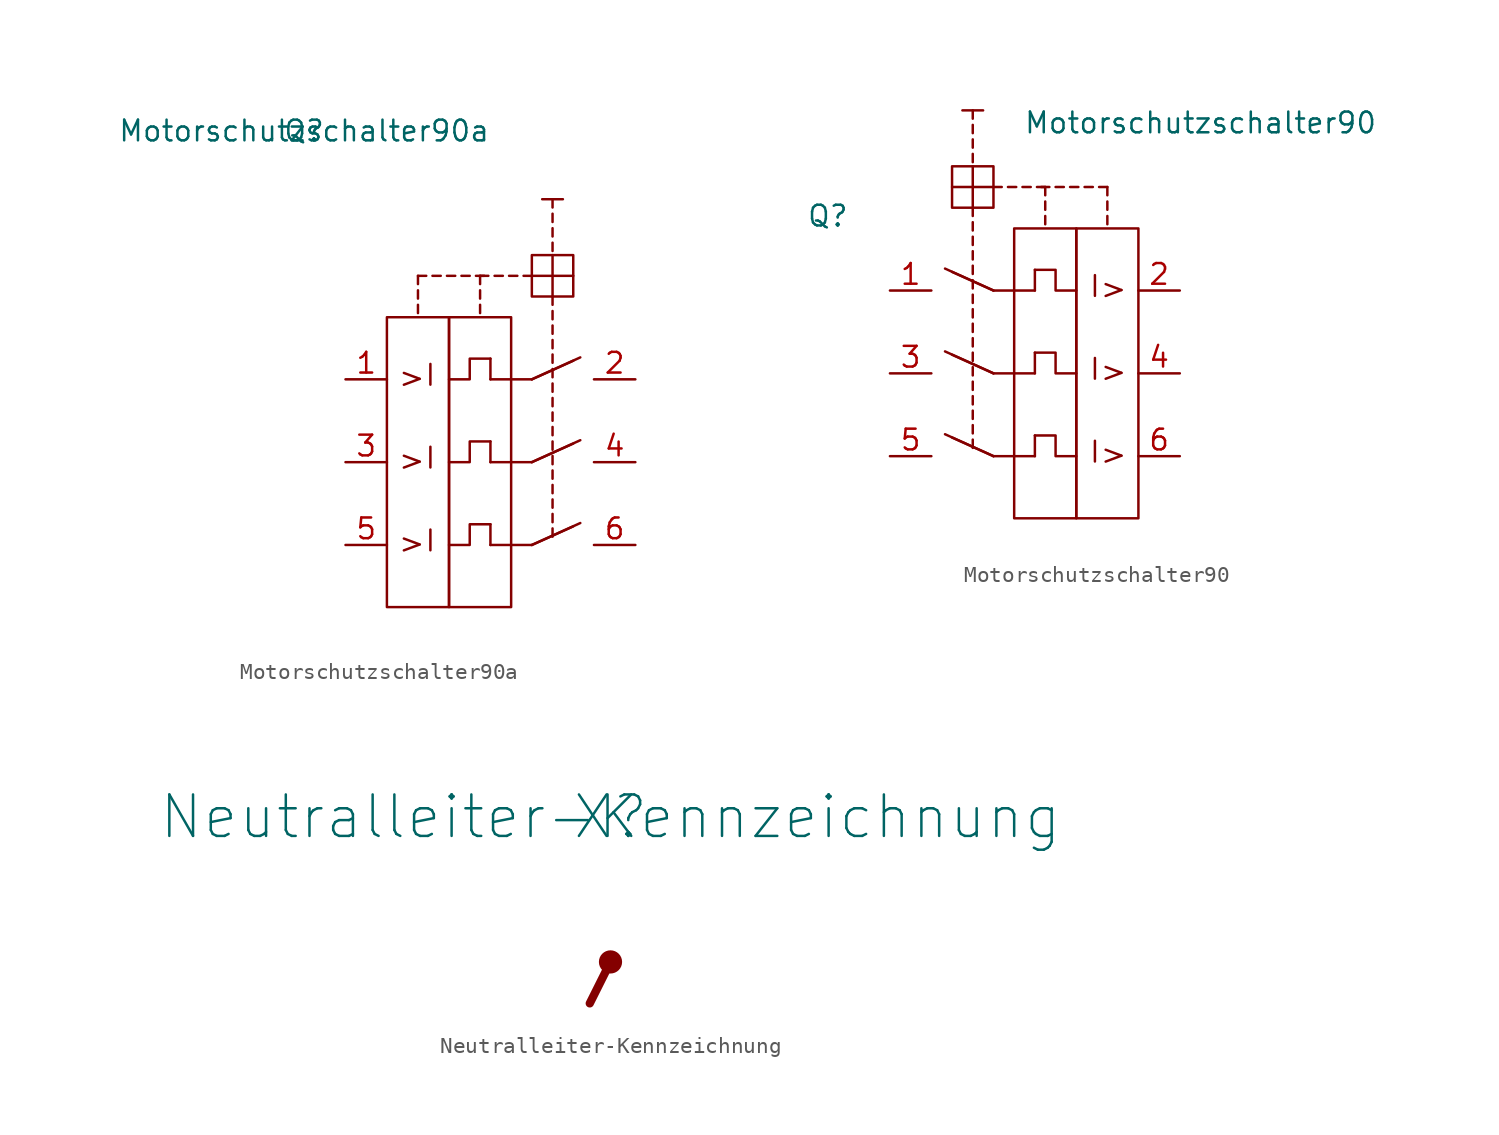
<source format=kicad_sym>
(kicad_symbol_lib
  (version 20231120)
  (generator "kicad_symbol_editor")
  (generator_version "8.0")
  (symbol "Motorschutzschalter90a"
    (pin_names
      (offset 1.016))
    (property "Reference" "Q"
      (at 5.08 15.24 0)
      (effects (font (size 1.27 1.27))))
    (property "Value" "Motorschutzschalter90a"
      (at 5.08 15.24 0)
      (effects (font (size 1.27 1.27))))
    (symbol "Motorschutzschalter90a_1_0"
      (polyline (pts (xy 20.32 7.62) (xy 20.32 5.08)) (stroke (width 0) (type solid)) (fill (type none)))
      (polyline (pts (xy 20.955 11.049) (xy 19.685 11.049)) (stroke (width 0) (type solid)) (fill (type none)))
      (polyline (pts (xy 21.59 6.35) (xy 19.05 6.35) (xy 20.32 6.35)) (stroke (width 0) (type solid)) (fill (type none)))
      (rectangle (start 13.97 3.81) (end 10.16 -13.97) (stroke (width 0) (type solid)) (fill (type none)))
      (rectangle (start 17.78 3.81) (end 13.97 -13.97) (stroke (width 0) (type solid)) (fill (type none)))
      (text ">" (at 11.684 -10.033 0) (effects (font (size 1.27 1.27))))
      (text ">" (at 11.684 -4.953 0) (effects (font (size 1.27 1.27))))
      (text ">" (at 11.684 0.127 0) (effects (font (size 1.27 1.27))))
      (text "I" (at 12.827 -9.906 0) (effects (font (size 1.27 1.27))))
      (text "I" (at 12.827 -4.826 0) (effects (font (size 1.27 1.27))))
      (text "I" (at 12.827 0.254 0) (effects (font (size 1.27 1.27)))))
    (symbol "Motorschutzschalter90a_1_1"
      (polyline (pts (xy 16.51 -10.16) (xy 16.51 -8.89)) (stroke (width 0) (type solid)) (fill (type none)))
      (polyline (pts (xy 16.51 -5.08) (xy 16.51 -3.81)) (stroke (width 0) (type solid)) (fill (type none)))
      (polyline (pts (xy 16.51 0) (xy 16.51 1.27)) (stroke (width 0) (type solid)) (fill (type none)))
      (polyline (pts (xy 19.05 -10.16) (xy 16.51 -10.16)) (stroke (width 0) (type solid)) (fill (type none)))
      (polyline (pts (xy 19.05 -10.16) (xy 21.59 -9.017)) (stroke (width 0) (type solid)) (fill (type none)))
      (polyline (pts (xy 19.05 -10.16) (xy 22.022 -8.814)) (stroke (width 0) (type solid)) (fill (type none)))
      (polyline (pts (xy 19.05 -5.08) (xy 16.51 -5.08)) (stroke (width 0) (type solid)) (fill (type none)))
      (polyline (pts (xy 19.05 -5.08) (xy 21.59 -3.937)) (stroke (width 0) (type solid)) (fill (type none)))
      (polyline (pts (xy 19.05 -5.08) (xy 22.022 -3.734)) (stroke (width 0) (type solid)) (fill (type none)))
      (polyline (pts (xy 19.05 0) (xy 16.51 0)) (stroke (width 0) (type solid)) (fill (type none)))
      (polyline (pts (xy 19.05 0) (xy 21.59 1.143)) (stroke (width 0) (type solid)) (fill (type none)))
      (polyline (pts (xy 19.05 0) (xy 22.022 1.346)) (stroke (width 0) (type solid)) (fill (type none)))
      (polyline (pts (xy 16.51 -8.89) (xy 15.24 -8.89) (xy 15.24 -10.16) (xy 13.97 -10.16)) (stroke (width 0) (type solid)) (fill (type none)))
      (polyline (pts (xy 16.51 -3.81) (xy 15.24 -3.81) (xy 15.24 -5.08) (xy 13.97 -5.08)) (stroke (width 0) (type solid)) (fill (type none)))
      (polyline (pts (xy 16.51 1.27) (xy 15.24 1.27) (xy 15.24 0) (xy 13.97 0)) (stroke (width 0) (type solid)) (fill (type none)))
      (rectangle (start 12.065 4.064) (end 12.065 4.572) (stroke (width 0) (type solid)) (fill (type none)))
      (rectangle (start 12.065 4.953) (end 12.065 5.461) (stroke (width 0) (type solid)) (fill (type none)))
      (rectangle (start 12.065 5.842) (end 12.065 6.35) (stroke (width 0) (type solid)) (fill (type none)))
      (rectangle (start 12.573 6.35) (end 12.065 6.35) (stroke (width 0) (type solid)) (fill (type none)))
      (rectangle (start 13.462 6.35) (end 12.954 6.35) (stroke (width 0) (type solid)) (fill (type none)))
      (rectangle (start 14.351 6.35) (end 13.843 6.35) (stroke (width 0) (type solid)) (fill (type none)))
      (rectangle (start 15.24 6.35) (end 14.732 6.35) (stroke (width 0) (type solid)) (fill (type none)))
      (rectangle (start 15.875 4.064) (end 15.875 4.572) (stroke (width 0) (type solid)) (fill (type none)))
      (rectangle (start 15.875 4.953) (end 15.875 5.461) (stroke (width 0) (type solid)) (fill (type none)))
      (rectangle (start 15.875 5.842) (end 15.875 6.35) (stroke (width 0) (type solid)) (fill (type none)))
      (rectangle (start 16.129 6.35) (end 15.621 6.35) (stroke (width 0) (type solid)) (fill (type none)))
      (rectangle (start 16.383 6.35) (end 15.875 6.35) (stroke (width 0) (type solid)) (fill (type none)))
      (rectangle (start 17.272 6.35) (end 16.764 6.35) (stroke (width 0) (type solid)) (fill (type none)))
      (rectangle (start 18.161 6.35) (end 17.653 6.35) (stroke (width 0) (type solid)) (fill (type none)))
      (rectangle (start 19.05 6.35) (end 18.542 6.35) (stroke (width 0) (type solid)) (fill (type none)))
      (rectangle (start 20.32 -9.652) (end 20.32 -9.144) (stroke (width 0) (type solid)) (fill (type none)))
      (rectangle (start 20.32 -8.763) (end 20.32 -8.255) (stroke (width 0) (type solid)) (fill (type none)))
      (rectangle (start 20.32 -7.874) (end 20.32 -7.366) (stroke (width 0) (type solid)) (fill (type none)))
      (rectangle (start 20.32 -6.985) (end 20.32 -6.477) (stroke (width 0) (type solid)) (fill (type none)))
      (rectangle (start 20.32 -6.096) (end 20.32 -5.588) (stroke (width 0) (type solid)) (fill (type none)))
      (rectangle (start 20.32 -5.207) (end 20.32 -4.699) (stroke (width 0) (type solid)) (fill (type none)))
      (rectangle (start 20.32 -4.318) (end 20.32 -3.81) (stroke (width 0) (type solid)) (fill (type none)))
      (rectangle (start 20.32 -3.429) (end 20.32 -2.921) (stroke (width 0) (type solid)) (fill (type none)))
      (rectangle (start 20.32 -2.54) (end 20.32 -2.032) (stroke (width 0) (type solid)) (fill (type none)))
      (rectangle (start 20.32 -1.651) (end 20.32 -1.143) (stroke (width 0) (type solid)) (fill (type none)))
      (rectangle (start 20.32 -0.762) (end 20.32 -0.254) (stroke (width 0) (type solid)) (fill (type none)))
      (rectangle (start 20.32 0.127) (end 20.32 0.635) (stroke (width 0) (type solid)) (fill (type none)))
      (rectangle (start 20.32 1.016) (end 20.32 1.524) (stroke (width 0) (type solid)) (fill (type none)))
      (rectangle (start 20.32 1.905) (end 20.32 2.413) (stroke (width 0) (type solid)) (fill (type none)))
      (rectangle (start 20.32 2.794) (end 20.32 3.302) (stroke (width 0) (type solid)) (fill (type none)))
      (rectangle (start 20.32 3.683) (end 20.32 4.191) (stroke (width 0) (type solid)) (fill (type none)))
      (rectangle (start 20.32 4.572) (end 20.32 5.08) (stroke (width 0) (type solid)) (fill (type none)))
      (rectangle (start 20.32 7.874) (end 20.32 8.382) (stroke (width 0) (type solid)) (fill (type none)))
      (rectangle (start 20.32 8.763) (end 20.32 9.271) (stroke (width 0) (type solid)) (fill (type none)))
      (rectangle (start 20.32 9.652) (end 20.32 10.16) (stroke (width 0) (type solid)) (fill (type none)))
      (rectangle (start 20.32 10.541) (end 20.32 11.049) (stroke (width 0) (type solid)) (fill (type none)))
      (rectangle (start 21.59 7.62) (end 19.05 5.08) (stroke (width 0) (type solid)) (fill (type none)))
      (pin input line (at 7.62 0 0) (length 2.54) (name "~" (effects (font (size 1.27 1.27)))) (number "1" (effects (font (size 1.27 1.27)))))
      (pin output line (at 25.4 0 180) (length 2.54) (name "~" (effects (font (size 1.27 1.27)))) (number "2" (effects (font (size 1.27 1.27)))))
      (pin input line (at 7.62 -5.08 0) (length 2.54) (name "~" (effects (font (size 1.27 1.27)))) (number "3" (effects (font (size 1.27 1.27)))))
      (pin output line (at 25.4 -5.08 180) (length 2.54) (name "~" (effects (font (size 1.27 1.27)))) (number "4" (effects (font (size 1.27 1.27)))))
      (pin input line (at 7.62 -10.16 0) (length 2.54) (name "~" (effects (font (size 1.27 1.27)))) (number "5" (effects (font (size 1.27 1.27)))))
      (pin output line (at 25.4 -10.16 180) (length 2.54) (name "~" (effects (font (size 1.27 1.27)))) (number "6" (effects (font (size 1.27 1.27)))))))
  (symbol "Motorschutzschalter90"
    (pin_names
      (offset 1.016))
    (property "Reference" "Q"
      (at -3.81 4.572 0)
      (effects (font (size 1.27 1.27))))
    (property "Value" "Motorschutzschalter90"
      (at 19.05 10.287 0)
      (effects (font (size 1.27 1.27))))
    (symbol "Motorschutzschalter90_1_0"
      (polyline (pts (xy 4.445 11.049) (xy 5.715 11.049)) (stroke (width 0) (type solid)) (fill (type none)))
      (polyline (pts (xy 5.08 7.62) (xy 5.08 5.08)) (stroke (width 0) (type solid)) (fill (type none)))
      (polyline (pts (xy 3.81 6.35) (xy 6.35 6.35) (xy 5.08 6.35)) (stroke (width 0) (type solid)) (fill (type none)))
      (rectangle (start 7.62 3.81) (end 11.43 -13.97) (stroke (width 0) (type solid)) (fill (type none)))
      (rectangle (start 11.43 3.81) (end 15.24 -13.97) (stroke (width 0) (type solid)) (fill (type none)))
      (text ">" (at 13.716 -10.033 0) (effects (font (size 1.27 1.27))))
      (text ">" (at 13.716 -4.953 0) (effects (font (size 1.27 1.27))))
      (text ">" (at 13.716 0.127 0) (effects (font (size 1.27 1.27))))
      (text "I" (at 12.573 -9.906 0) (effects (font (size 1.27 1.27))))
      (text "I" (at 12.573 -4.826 0) (effects (font (size 1.27 1.27))))
      (text "I" (at 12.573 0.254 0) (effects (font (size 1.27 1.27)))))
    (symbol "Motorschutzschalter90_1_1"
      (polyline (pts (xy 6.35 -10.16) (xy 3.378 -8.814)) (stroke (width 0) (type solid)) (fill (type none)))
      (polyline (pts (xy 6.35 -10.16) (xy 3.81 -9.017)) (stroke (width 0) (type solid)) (fill (type none)))
      (polyline (pts (xy 6.35 -10.16) (xy 8.89 -10.16)) (stroke (width 0) (type solid)) (fill (type none)))
      (polyline (pts (xy 6.35 -5.08) (xy 3.378 -3.734)) (stroke (width 0) (type solid)) (fill (type none)))
      (polyline (pts (xy 6.35 -5.08) (xy 3.81 -3.937)) (stroke (width 0) (type solid)) (fill (type none)))
      (polyline (pts (xy 6.35 -5.08) (xy 8.89 -5.08)) (stroke (width 0) (type solid)) (fill (type none)))
      (polyline (pts (xy 6.35 0) (xy 3.378 1.346)) (stroke (width 0) (type solid)) (fill (type none)))
      (polyline (pts (xy 6.35 0) (xy 3.81 1.143)) (stroke (width 0) (type solid)) (fill (type none)))
      (polyline (pts (xy 6.35 0) (xy 8.89 0)) (stroke (width 0) (type solid)) (fill (type none)))
      (polyline (pts (xy 8.89 -10.16) (xy 8.89 -8.89)) (stroke (width 0) (type solid)) (fill (type none)))
      (polyline (pts (xy 8.89 -5.08) (xy 8.89 -3.81)) (stroke (width 0) (type solid)) (fill (type none)))
      (polyline (pts (xy 8.89 0) (xy 8.89 1.27)) (stroke (width 0) (type solid)) (fill (type none)))
      (polyline (pts (xy 8.89 -8.89) (xy 10.16 -8.89) (xy 10.16 -10.16) (xy 11.43 -10.16)) (stroke (width 0) (type solid)) (fill (type none)))
      (polyline (pts (xy 8.89 -3.81) (xy 10.16 -3.81) (xy 10.16 -5.08) (xy 11.43 -5.08)) (stroke (width 0) (type solid)) (fill (type none)))
      (polyline (pts (xy 8.89 1.27) (xy 10.16 1.27) (xy 10.16 0) (xy 11.43 0)) (stroke (width 0) (type solid)) (fill (type none)))
      (rectangle (start 3.81 7.62) (end 6.35 5.08) (stroke (width 0) (type solid)) (fill (type none)))
      (rectangle (start 5.08 -9.652) (end 5.08 -9.144) (stroke (width 0) (type solid)) (fill (type none)))
      (rectangle (start 5.08 -8.763) (end 5.08 -8.255) (stroke (width 0) (type solid)) (fill (type none)))
      (rectangle (start 5.08 -7.874) (end 5.08 -7.366) (stroke (width 0) (type solid)) (fill (type none)))
      (rectangle (start 5.08 -6.985) (end 5.08 -6.477) (stroke (width 0) (type solid)) (fill (type none)))
      (rectangle (start 5.08 -6.096) (end 5.08 -5.588) (stroke (width 0) (type solid)) (fill (type none)))
      (rectangle (start 5.08 -5.207) (end 5.08 -4.699) (stroke (width 0) (type solid)) (fill (type none)))
      (rectangle (start 5.08 -4.318) (end 5.08 -3.81) (stroke (width 0) (type solid)) (fill (type none)))
      (rectangle (start 5.08 -3.429) (end 5.08 -2.921) (stroke (width 0) (type solid)) (fill (type none)))
      (rectangle (start 5.08 -2.54) (end 5.08 -2.032) (stroke (width 0) (type solid)) (fill (type none)))
      (rectangle (start 5.08 -1.651) (end 5.08 -1.143) (stroke (width 0) (type solid)) (fill (type none)))
      (rectangle (start 5.08 -0.762) (end 5.08 -0.254) (stroke (width 0) (type solid)) (fill (type none)))
      (rectangle (start 5.08 0.127) (end 5.08 0.635) (stroke (width 0) (type solid)) (fill (type none)))
      (rectangle (start 5.08 1.016) (end 5.08 1.524) (stroke (width 0) (type solid)) (fill (type none)))
      (rectangle (start 5.08 1.905) (end 5.08 2.413) (stroke (width 0) (type solid)) (fill (type none)))
      (rectangle (start 5.08 2.794) (end 5.08 3.302) (stroke (width 0) (type solid)) (fill (type none)))
      (rectangle (start 5.08 3.683) (end 5.08 4.191) (stroke (width 0) (type solid)) (fill (type none)))
      (rectangle (start 5.08 4.572) (end 5.08 5.08) (stroke (width 0) (type solid)) (fill (type none)))
      (rectangle (start 5.08 7.874) (end 5.08 8.382) (stroke (width 0) (type solid)) (fill (type none)))
      (rectangle (start 5.08 8.763) (end 5.08 9.271) (stroke (width 0) (type solid)) (fill (type none)))
      (rectangle (start 5.08 9.652) (end 5.08 10.16) (stroke (width 0) (type solid)) (fill (type none)))
      (rectangle (start 5.08 10.541) (end 5.08 11.049) (stroke (width 0) (type solid)) (fill (type none)))
      (rectangle (start 6.35 6.35) (end 6.858 6.35) (stroke (width 0) (type solid)) (fill (type none)))
      (rectangle (start 7.239 6.35) (end 7.747 6.35) (stroke (width 0) (type solid)) (fill (type none)))
      (rectangle (start 8.128 6.35) (end 8.636 6.35) (stroke (width 0) (type solid)) (fill (type none)))
      (rectangle (start 9.017 6.35) (end 9.525 6.35) (stroke (width 0) (type solid)) (fill (type none)))
      (rectangle (start 9.271 6.35) (end 9.779 6.35) (stroke (width 0) (type solid)) (fill (type none)))
      (rectangle (start 9.525 4.064) (end 9.525 4.572) (stroke (width 0) (type solid)) (fill (type none)))
      (rectangle (start 9.525 4.953) (end 9.525 5.461) (stroke (width 0) (type solid)) (fill (type none)))
      (rectangle (start 9.525 5.842) (end 9.525 6.35) (stroke (width 0) (type solid)) (fill (type none)))
      (rectangle (start 10.16 6.35) (end 10.668 6.35) (stroke (width 0) (type solid)) (fill (type none)))
      (rectangle (start 11.049 6.35) (end 11.557 6.35) (stroke (width 0) (type solid)) (fill (type none)))
      (rectangle (start 11.938 6.35) (end 12.446 6.35) (stroke (width 0) (type solid)) (fill (type none)))
      (rectangle (start 12.827 6.35) (end 13.335 6.35) (stroke (width 0) (type solid)) (fill (type none)))
      (rectangle (start 13.335 4.064) (end 13.335 4.572) (stroke (width 0) (type solid)) (fill (type none)))
      (rectangle (start 13.335 4.953) (end 13.335 5.461) (stroke (width 0) (type solid)) (fill (type none)))
      (rectangle (start 13.335 5.842) (end 13.335 6.35) (stroke (width 0) (type solid)) (fill (type none)))
      (pin input line (at 0 0 0) (length 2.54) (name "~" (effects (font (size 1.27 1.27)))) (number "1" (effects (font (size 1.27 1.27)))))
      (pin output line (at 17.78 0 180) (length 2.54) (name "~" (effects (font (size 1.27 1.27)))) (number "2" (effects (font (size 1.27 1.27)))))
      (pin input line (at 0 -5.08 0) (length 2.54) (name "~" (effects (font (size 1.27 1.27)))) (number "3" (effects (font (size 1.27 1.27)))))
      (pin output line (at 17.78 -5.08 180) (length 2.54) (name "~" (effects (font (size 1.27 1.27)))) (number "4" (effects (font (size 1.27 1.27)))))
      (pin input line (at 0 -10.16 0) (length 2.54) (name "~" (effects (font (size 1.27 1.27)))) (number "5" (effects (font (size 1.27 1.27)))))
      (pin output line (at 17.78 -10.16 180) (length 2.54) (name "~" (effects (font (size 1.27 1.27)))) (number "6" (effects (font (size 1.27 1.27)))))))
  (symbol "Neutralleiter-Kennzeichnung"
    (pin_names
      (offset 1.016))
    (property "Reference" "X"
      (at 1.27 11.43 0)
      (effects (font (size 2.54 2.54))))
    (property "Value" "Neutralleiter-Kennzeichnung"
      (at 1.27 11.43 0)
      (effects (font (size 2.54 2.54))))
    (symbol "Neutralleiter-Kennzeichnung_0_0"
      (polyline (pts (xy 0 0) (xy 1.27 2.54)) (stroke (width 0.508) (type solid)) (fill (type outline)))
      (circle (center 1.27 2.54) (radius 0.635) (stroke (width 0) (type solid)) (fill (type outline))))))
</source>
